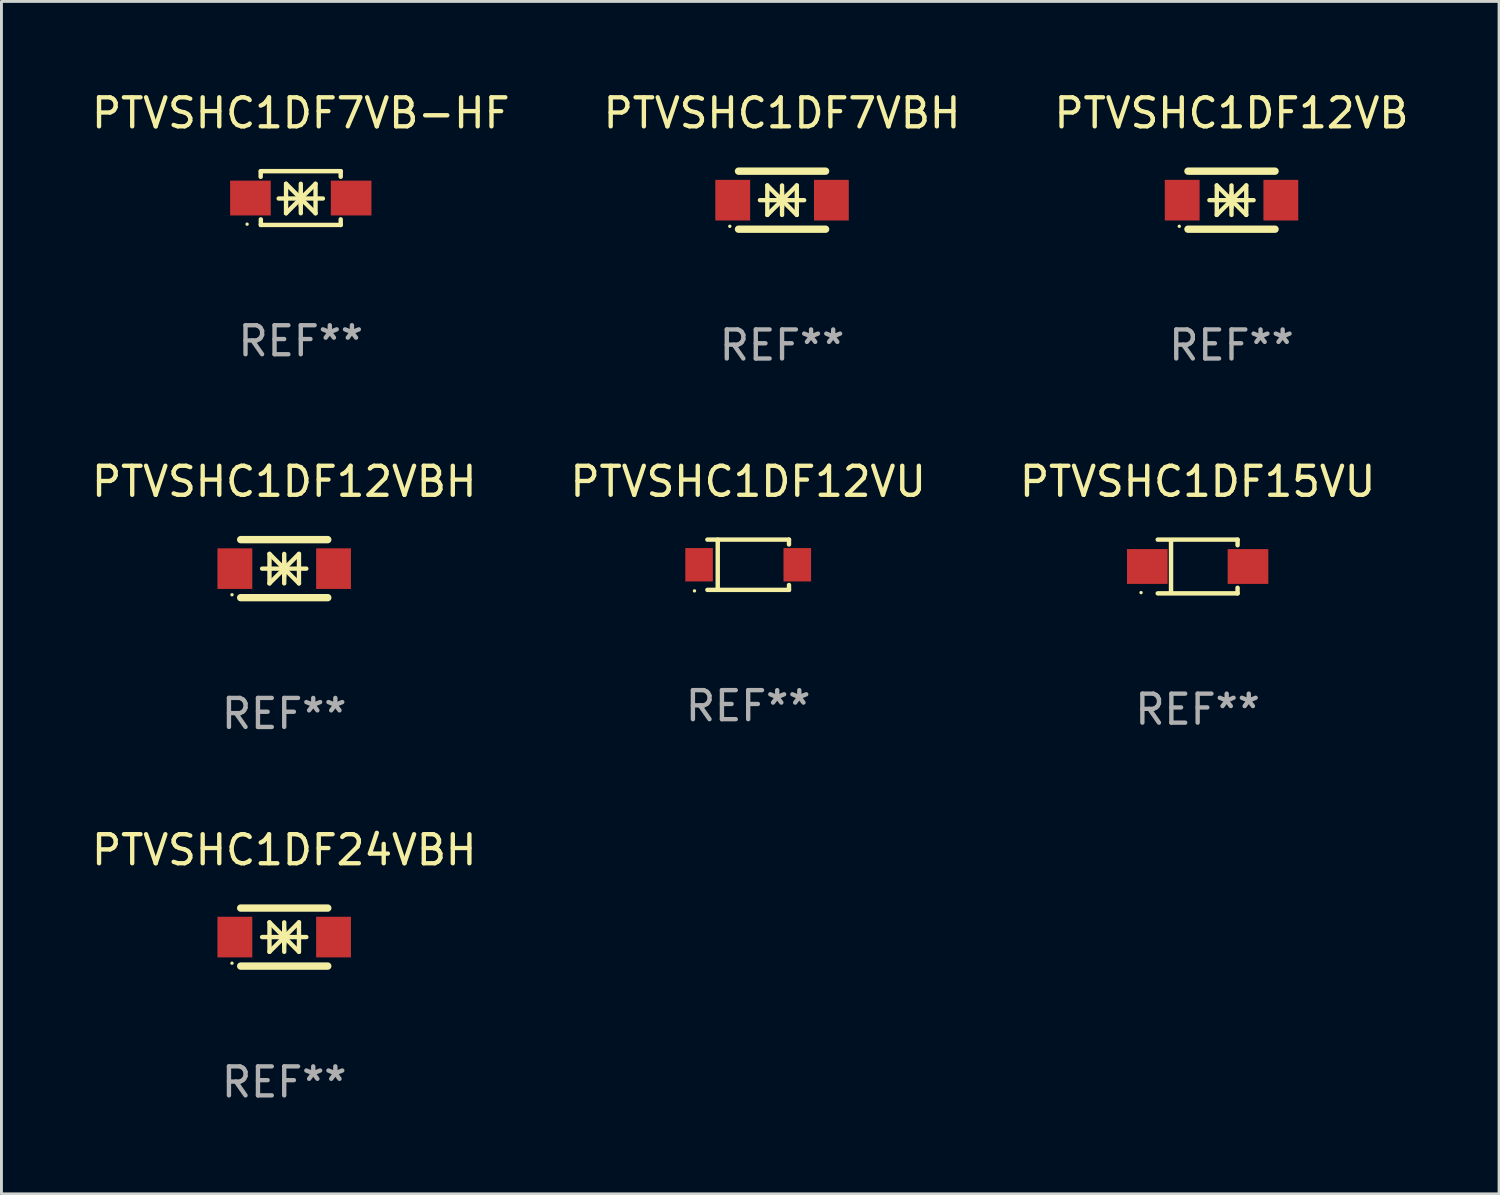
<source format=kicad_pcb>
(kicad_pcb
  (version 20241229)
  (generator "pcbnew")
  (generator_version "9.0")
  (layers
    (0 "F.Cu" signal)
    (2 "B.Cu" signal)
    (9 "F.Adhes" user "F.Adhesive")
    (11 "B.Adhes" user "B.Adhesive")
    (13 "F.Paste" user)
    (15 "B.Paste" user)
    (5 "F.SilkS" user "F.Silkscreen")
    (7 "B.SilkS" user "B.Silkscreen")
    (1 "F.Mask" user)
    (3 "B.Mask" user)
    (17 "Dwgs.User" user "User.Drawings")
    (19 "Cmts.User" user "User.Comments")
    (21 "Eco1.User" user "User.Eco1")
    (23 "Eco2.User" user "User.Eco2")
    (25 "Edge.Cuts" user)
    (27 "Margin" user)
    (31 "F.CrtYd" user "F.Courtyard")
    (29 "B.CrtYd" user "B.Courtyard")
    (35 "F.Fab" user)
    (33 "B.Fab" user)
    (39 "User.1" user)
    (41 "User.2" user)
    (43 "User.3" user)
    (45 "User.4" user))
  (footprint "PTVSHC1DF15VU"
    (layer "F.Cu")
    (at 38.22 16.471)
    (property "Reference" "PTVSHC1DF15VU" (at 0 -2.926 0) (layer "F.SilkS") (effects (font (size 1 1) (thickness 0.15))))
    (attr through_hole)
    (fp_line (start -1.376 -0.926) (end 1.376 -0.926) (stroke (width 0.152) (type solid)) (layer "F.SilkS"))
    (fp_line (start -1.376 0.926) (end 1.376 0.926) (stroke (width 0.152) (type solid)) (layer "F.SilkS"))
    (fp_line (start -0.917 -0.876) (end -0.917 0.876) (stroke (width 0.152) (type solid)) (layer "F.SilkS"))
    (fp_line (start 1.376 -0.926) (end 1.376 -0.733) (stroke (width 0.152) (type solid)) (layer "F.SilkS"))
    (fp_line (start 1.376 0.926) (end 1.376 0.733) (stroke (width 0.152) (type solid)) (layer "F.SilkS"))
    (fp_circle (center -1.95 0.9) (end -1.92 0.9) (stroke (width 0.06) (type solid)) (fill no) (layer "F.SilkS"))
    (fp_text user "REF**" (at 0 4.926 0) (layer "F.Fab") (effects (font (size 1 1) (thickness 0.15))))
    (pad "1" smd rect (at -1.735 0) (size 1.4 1.2) (layers "F.Cu" "F.Mask" "F.Paste"))
    (pad "2" smd rect (at 1.735 0) (size 1.4 1.2) (layers "F.Cu" "F.Mask" "F.Paste")))
  (footprint "PTVSHC1DF24VBH"
    (layer "F.Cu")
    (at 6.744 29.241)
    (property "Reference" "PTVSHC1DF24VBH" (at 0 -3 0) (layer "F.SilkS") (effects (font (size 1 1) (thickness 0.15))))
    (attr through_hole)
    (fp_line (start -1.5 -1) (end 1.5 -1) (stroke (width 0.254) (type solid)) (layer "F.SilkS"))
    (fp_line (start -1.5 1) (end 1.5 1) (stroke (width 0.254) (type solid)) (layer "F.SilkS"))
    (fp_line (start -0.762 0) (end 0.762 0) (stroke (width 0.15) (type solid)) (layer "F.SilkS"))
    (fp_line (start -0.508 -0.508) (end -0.508 0.508) (stroke (width 0.15) (type solid)) (layer "F.SilkS"))
    (fp_line (start 0 -0.508) (end 0 0.508) (stroke (width 0.15) (type solid)) (layer "F.SilkS"))
    (fp_line (start 0 0) (end -0.508 -0.508) (stroke (width 0.15) (type solid)) (layer "F.SilkS"))
    (fp_line (start 0 0) (end -0.508 0.508) (stroke (width 0.15) (type solid)) (layer "F.SilkS"))
    (fp_line (start 0 0) (end 0.508 -0.508) (stroke (width 0.15) (type solid)) (layer "F.SilkS"))
    (fp_line (start 0 0) (end 0.508 0.508) (stroke (width 0.15) (type solid)) (layer "F.SilkS"))
    (fp_line (start 0 0.254) (end 0 -0.254) (stroke (width 0.15) (type solid)) (layer "F.SilkS"))
    (fp_line (start 0.508 0.508) (end 0.508 -0.508) (stroke (width 0.15) (type solid)) (layer "F.SilkS"))
    (fp_circle (center -1.8 0.9) (end -1.77 0.9) (stroke (width 0.06) (type solid)) (fill no) (layer "F.SilkS"))
    (fp_text user "REF**" (at 0 5 0) (layer "F.Fab") (effects (font (size 1 1) (thickness 0.15))))
    (pad "1" smd rect (at -1.7 0) (size 1.2 1.4) (layers "F.Cu" "F.Mask" "F.Paste"))
    (pad "2" smd rect (at 1.7 0) (size 1.2 1.4) (layers "F.Cu" "F.Mask" "F.Paste")))
  (footprint "PTVSHC1DF12VBH"
    (layer "F.Cu")
    (at 6.744 16.545)
    (property "Reference" "PTVSHC1DF12VBH" (at 0 -3 0) (layer "F.SilkS") (effects (font (size 1 1) (thickness 0.15))))
    (attr through_hole)
    (fp_line (start -1.5 -1) (end 1.5 -1) (stroke (width 0.254) (type solid)) (layer "F.SilkS"))
    (fp_line (start -1.5 1) (end 1.5 1) (stroke (width 0.254) (type solid)) (layer "F.SilkS"))
    (fp_line (start -0.762 0) (end 0.762 0) (stroke (width 0.15) (type solid)) (layer "F.SilkS"))
    (fp_line (start -0.508 -0.508) (end -0.508 0.508) (stroke (width 0.15) (type solid)) (layer "F.SilkS"))
    (fp_line (start 0 -0.508) (end 0 0.508) (stroke (width 0.15) (type solid)) (layer "F.SilkS"))
    (fp_line (start 0 0) (end -0.508 -0.508) (stroke (width 0.15) (type solid)) (layer "F.SilkS"))
    (fp_line (start 0 0) (end -0.508 0.508) (stroke (width 0.15) (type solid)) (layer "F.SilkS"))
    (fp_line (start 0 0) (end 0.508 -0.508) (stroke (width 0.15) (type solid)) (layer "F.SilkS"))
    (fp_line (start 0 0) (end 0.508 0.508) (stroke (width 0.15) (type solid)) (layer "F.SilkS"))
    (fp_line (start 0 0.254) (end 0 -0.254) (stroke (width 0.15) (type solid)) (layer "F.SilkS"))
    (fp_line (start 0.508 0.508) (end 0.508 -0.508) (stroke (width 0.15) (type solid)) (layer "F.SilkS"))
    (fp_circle (center -1.8 0.9) (end -1.77 0.9) (stroke (width 0.06) (type solid)) (fill no) (layer "F.SilkS"))
    (fp_text user "REF**" (at 0 5 0) (layer "F.Fab") (effects (font (size 1 1) (thickness 0.15))))
    (pad "1" smd rect (at -1.7 0) (size 1.2 1.4) (layers "F.Cu" "F.Mask" "F.Paste"))
    (pad "2" smd rect (at 1.7 0) (size 1.2 1.4) (layers "F.Cu" "F.Mask" "F.Paste")))
  (footprint "PTVSHC1DF7VBH"
    (layer "F.Cu")
    (at 23.899 3.848)
    (property "Reference" "PTVSHC1DF7VBH" (at 0 -3 0) (layer "F.SilkS") (effects (font (size 1 1) (thickness 0.15))))
    (attr through_hole)
    (fp_line (start -1.5 -1) (end 1.5 -1) (stroke (width 0.254) (type solid)) (layer "F.SilkS"))
    (fp_line (start -1.5 1) (end 1.5 1) (stroke (width 0.254) (type solid)) (layer "F.SilkS"))
    (fp_line (start -0.762 0) (end 0.762 0) (stroke (width 0.15) (type solid)) (layer "F.SilkS"))
    (fp_line (start -0.508 -0.508) (end -0.508 0.508) (stroke (width 0.15) (type solid)) (layer "F.SilkS"))
    (fp_line (start 0 -0.508) (end 0 0.508) (stroke (width 0.15) (type solid)) (layer "F.SilkS"))
    (fp_line (start 0 0) (end -0.508 -0.508) (stroke (width 0.15) (type solid)) (layer "F.SilkS"))
    (fp_line (start 0 0) (end -0.508 0.508) (stroke (width 0.15) (type solid)) (layer "F.SilkS"))
    (fp_line (start 0 0) (end 0.508 -0.508) (stroke (width 0.15) (type solid)) (layer "F.SilkS"))
    (fp_line (start 0 0) (end 0.508 0.508) (stroke (width 0.15) (type solid)) (layer "F.SilkS"))
    (fp_line (start 0 0.254) (end 0 -0.254) (stroke (width 0.15) (type solid)) (layer "F.SilkS"))
    (fp_line (start 0.508 0.508) (end 0.508 -0.508) (stroke (width 0.15) (type solid)) (layer "F.SilkS"))
    (fp_circle (center -1.8 0.9) (end -1.77 0.9) (stroke (width 0.06) (type solid)) (fill no) (layer "F.SilkS"))
    (fp_text user "REF**" (at 0 5 0) (layer "F.Fab") (effects (font (size 1 1) (thickness 0.15))))
    (pad "1" smd rect (at -1.7 0) (size 1.2 1.4) (layers "F.Cu" "F.Mask" "F.Paste"))
    (pad "2" smd rect (at 1.7 0) (size 1.2 1.4) (layers "F.Cu" "F.Mask" "F.Paste")))
  (footprint "PTVSHC1DF7VB-HF"
    (layer "F.Cu")
    (at 7.315 3.775)
    (property "Reference" "PTVSHC1DF7VB-HF" (at 0 -2.927 0) (layer "F.SilkS") (effects (font (size 1 1) (thickness 0.15))))
    (attr through_hole)
    (fp_line (start -1.382 -0.925) (end -1.382 -0.732) (stroke (width 0.152) (type solid)) (layer "F.SilkS"))
    (fp_line (start -1.377 0.734) (end -1.377 0.927) (stroke (width 0.152) (type solid)) (layer "F.SilkS"))
    (fp_line (start -1.376 -0.927) (end 1.376 -0.927) (stroke (width 0.152) (type solid)) (layer "F.SilkS"))
    (fp_line (start -1.376 0.926) (end 1.376 0.926) (stroke (width 0.152) (type solid)) (layer "F.SilkS"))
    (fp_line (start -0.762 0.016) (end 0.762 0.016) (stroke (width 0.15) (type solid)) (layer "F.SilkS"))
    (fp_line (start -0.508 -0.492) (end -0.508 0.524) (stroke (width 0.15) (type solid)) (layer "F.SilkS"))
    (fp_line (start 0.000102 -0.492) (end 0.000102 0.524) (stroke (width 0.15) (type solid)) (layer "F.SilkS"))
    (fp_line (start 0.000102 0.016) (end -0.508 -0.492) (stroke (width 0.15) (type solid)) (layer "F.SilkS"))
    (fp_line (start 0.000102 0.016) (end -0.508 0.524) (stroke (width 0.15) (type solid)) (layer "F.SilkS"))
    (fp_line (start 0.000102 0.016) (end 0.508 -0.492) (stroke (width 0.15) (type solid)) (layer "F.SilkS"))
    (fp_line (start 0.000102 0.016) (end 0.508 0.524) (stroke (width 0.15) (type solid)) (layer "F.SilkS"))
    (fp_line (start 0.000102 0.27) (end 0.000102 -0.238) (stroke (width 0.15) (type solid)) (layer "F.SilkS"))
    (fp_line (start 0.508 0.524) (end 0.508 -0.492) (stroke (width 0.15) (type solid)) (layer "F.SilkS"))
    (fp_line (start 1.376 -0.927) (end 1.376 -0.734) (stroke (width 0.152) (type solid)) (layer "F.SilkS"))
    (fp_line (start 1.376 0.926) (end 1.376 0.733) (stroke (width 0.152) (type solid)) (layer "F.SilkS"))
    (fp_circle (center -1.85 0.9) (end -1.82 0.9) (stroke (width 0.06) (type solid)) (fill no) (layer "F.SilkS"))
    (fp_text user "REF**" (at 0 4.927 0) (layer "F.Fab") (effects (font (size 1 1) (thickness 0.15))))
    (pad "1" smd rect (at -1.735 -0.000406) (size 1.4 1.2) (layers "F.Cu" "F.Mask" "F.Paste"))
    (pad "2" smd rect (at 1.735 -0.000406) (size 1.4 1.2) (layers "F.Cu" "F.Mask" "F.Paste")))
  (footprint "PTVSHC1DF12VU"
    (layer "F.Cu")
    (at 22.732 16.411)
    (property "Reference" "PTVSHC1DF12VU" (at 0 -2.866 0) (layer "F.SilkS") (effects (font (size 1 1) (thickness 0.15))))
    (attr through_hole)
    (fp_line (start -1.406 -0.866) (end 1.406 -0.866) (stroke (width 0.152) (type solid)) (layer "F.SilkS"))
    (fp_line (start -1.406 0.866) (end 1.406 0.866) (stroke (width 0.152) (type solid)) (layer "F.SilkS"))
    (fp_line (start -1.049 -0.866) (end -1.049 0.866) (stroke (width 0.152) (type solid)) (layer "F.SilkS"))
    (fp_line (start 1.406 -0.866) (end 1.406 -0.698) (stroke (width 0.152) (type solid)) (layer "F.SilkS"))
    (fp_line (start 1.406 0.866) (end 1.406 0.698) (stroke (width 0.152) (type solid)) (layer "F.SilkS"))
    (fp_circle (center -1.851 0.9) (end -1.821 0.9) (stroke (width 0.06) (type solid)) (fill no) (layer "F.SilkS"))
    (fp_text user "REF**" (at 0 4.866 0) (layer "F.Fab") (effects (font (size 1 1) (thickness 0.15))))
    (pad "1" smd rect (at -1.692 0) (size 0.95 1.15) (layers "F.Cu" "F.Mask" "F.Paste"))
    (pad "2" smd rect (at 1.692 0) (size 0.95 1.15) (layers "F.Cu" "F.Mask" "F.Paste")))
  (footprint "PTVSHC1DF12VB"
    (layer "F.Cu")
    (at 39.387 3.848)
    (property "Reference" "PTVSHC1DF12VB" (at 0 -3 0) (layer "F.SilkS") (effects (font (size 1 1) (thickness 0.15))))
    (attr through_hole)
    (fp_line (start -1.5 -1) (end 1.5 -1) (stroke (width 0.254) (type solid)) (layer "F.SilkS"))
    (fp_line (start -1.5 1) (end 1.5 1) (stroke (width 0.254) (type solid)) (layer "F.SilkS"))
    (fp_line (start -0.762 0) (end 0.762 0) (stroke (width 0.15) (type solid)) (layer "F.SilkS"))
    (fp_line (start -0.508 -0.508) (end -0.508 0.508) (stroke (width 0.15) (type solid)) (layer "F.SilkS"))
    (fp_line (start 0 -0.508) (end 0 0.508) (stroke (width 0.15) (type solid)) (layer "F.SilkS"))
    (fp_line (start 0 0) (end -0.508 -0.508) (stroke (width 0.15) (type solid)) (layer "F.SilkS"))
    (fp_line (start 0 0) (end -0.508 0.508) (stroke (width 0.15) (type solid)) (layer "F.SilkS"))
    (fp_line (start 0 0) (end 0.508 -0.508) (stroke (width 0.15) (type solid)) (layer "F.SilkS"))
    (fp_line (start 0 0) (end 0.508 0.508) (stroke (width 0.15) (type solid)) (layer "F.SilkS"))
    (fp_line (start 0 0.254) (end 0 -0.254) (stroke (width 0.15) (type solid)) (layer "F.SilkS"))
    (fp_line (start 0.508 0.508) (end 0.508 -0.508) (stroke (width 0.15) (type solid)) (layer "F.SilkS"))
    (fp_circle (center -1.8 0.9) (end -1.77 0.9) (stroke (width 0.06) (type solid)) (fill no) (layer "F.SilkS"))
    (fp_text user "REF**" (at 0 5 0) (layer "F.Fab") (effects (font (size 1 1) (thickness 0.15))))
    (pad "1" smd rect (at -1.7 0) (size 1.2 1.4) (layers "F.Cu" "F.Mask" "F.Paste"))
    (pad "2" smd rect (at 1.7 0) (size 1.2 1.4) (layers "F.Cu" "F.Mask" "F.Paste")))
  (gr_rect
    (start -3 -3)
    (end 48.607 38.09)
    (stroke (width 0.1) (type default))
    (fill no)
    (layer "Edge.Cuts")))
</source>
